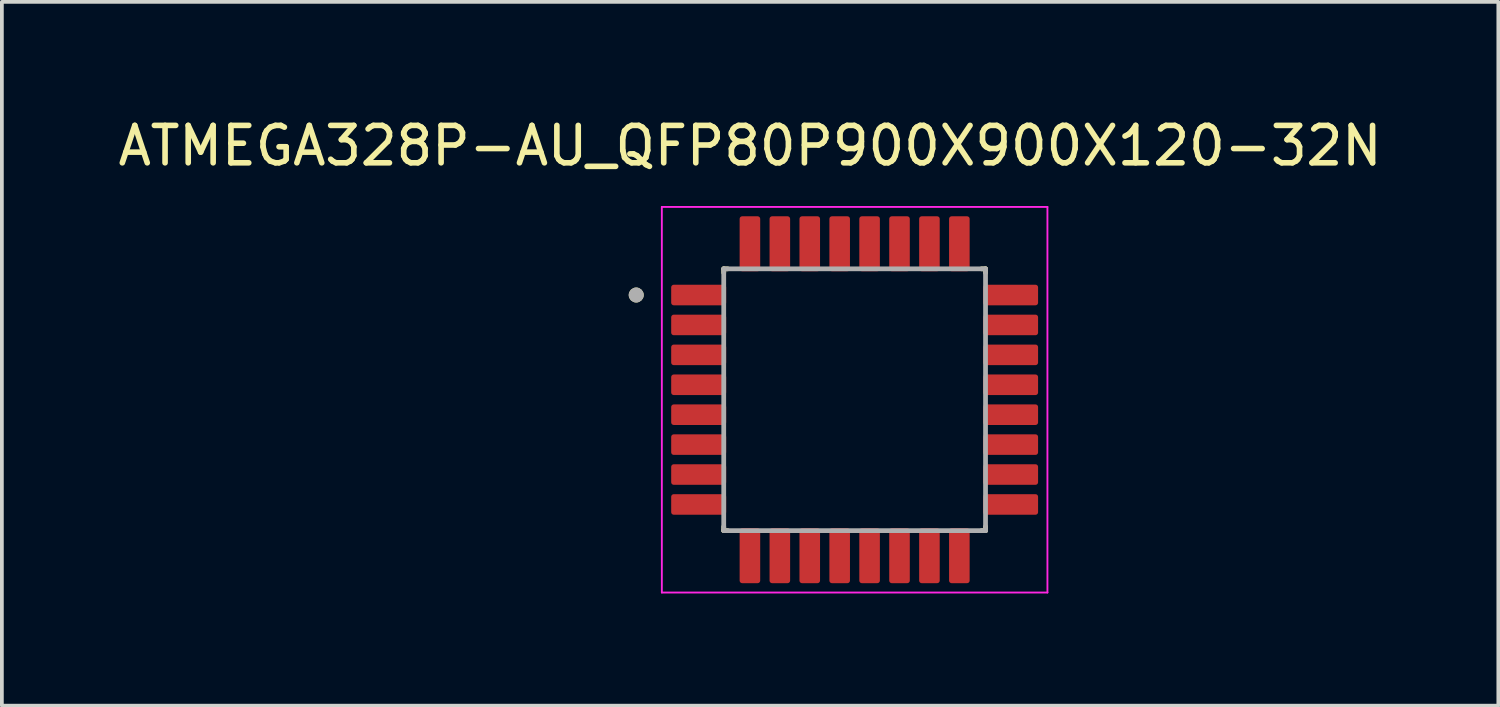
<source format=kicad_pcb>
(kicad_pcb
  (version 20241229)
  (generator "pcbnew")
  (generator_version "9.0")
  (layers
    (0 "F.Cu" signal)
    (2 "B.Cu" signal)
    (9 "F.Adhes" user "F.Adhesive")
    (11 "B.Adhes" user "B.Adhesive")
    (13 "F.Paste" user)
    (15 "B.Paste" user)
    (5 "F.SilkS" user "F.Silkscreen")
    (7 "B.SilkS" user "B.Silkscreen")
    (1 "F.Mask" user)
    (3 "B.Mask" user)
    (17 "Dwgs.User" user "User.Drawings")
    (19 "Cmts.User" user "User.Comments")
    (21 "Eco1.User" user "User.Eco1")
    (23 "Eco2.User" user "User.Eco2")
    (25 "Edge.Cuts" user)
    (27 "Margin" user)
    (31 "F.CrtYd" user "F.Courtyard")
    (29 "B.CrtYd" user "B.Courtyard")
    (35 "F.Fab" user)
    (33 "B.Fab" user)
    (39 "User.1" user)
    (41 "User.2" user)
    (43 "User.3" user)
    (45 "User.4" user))
  (footprint "ATMEGA328P-AU_QFP80P900X900X120-32N"
    (layer "F.Cu")
    (at 19.801 7.638)
    (property "Reference" "ATMEGA328P-AU_QFP80P900X900X120-32N" (at -2.795 -6.79 0) (layer "F.SilkS") (effects (font (size 1 1) (thickness 0.15))))
    (attr smd)
    (fp_line (start -3.5 -3.5) (end -3.5 -3.395) (stroke (width 0.127) (type solid)) (layer "F.SilkS"))
    (fp_line (start -3.5 -3.5) (end -3.395 -3.5) (stroke (width 0.127) (type solid)) (layer "F.SilkS"))
    (fp_line (start -3.5 3.5) (end -3.5 3.395) (stroke (width 0.127) (type solid)) (layer "F.SilkS"))
    (fp_line (start -3.5 3.5) (end -3.395 3.5) (stroke (width 0.127) (type solid)) (layer "F.SilkS"))
    (fp_line (start 3.5 -3.5) (end 3.395 -3.5) (stroke (width 0.127) (type solid)) (layer "F.SilkS"))
    (fp_line (start 3.5 -3.5) (end 3.5 -3.395) (stroke (width 0.127) (type solid)) (layer "F.SilkS"))
    (fp_line (start 3.5 3.5) (end 3.395 3.5) (stroke (width 0.127) (type solid)) (layer "F.SilkS"))
    (fp_line (start 3.5 3.5) (end 3.5 3.395) (stroke (width 0.127) (type solid)) (layer "F.SilkS"))
    (fp_circle (center -5.84 -2.8) (end -5.74 -2.8) (stroke (width 0.2) (type solid)) (fill no) (layer "F.SilkS"))
    (fp_line (start -5.155 -5.155) (end 5.155 -5.155) (stroke (width 0.05) (type solid)) (layer "F.CrtYd"))
    (fp_line (start -5.155 5.155) (end -5.155 -5.155) (stroke (width 0.05) (type solid)) (layer "F.CrtYd"))
    (fp_line (start -5.155 5.155) (end 5.155 5.155) (stroke (width 0.05) (type solid)) (layer "F.CrtYd"))
    (fp_line (start 5.155 5.155) (end 5.155 -5.155) (stroke (width 0.05) (type solid)) (layer "F.CrtYd"))
    (fp_line (start -3.5 3.5) (end -3.5 -3.5) (stroke (width 0.127) (type solid)) (layer "F.Fab"))
    (fp_line (start 3.5 -3.5) (end -3.5 -3.5) (stroke (width 0.127) (type solid)) (layer "F.Fab"))
    (fp_line (start 3.5 3.5) (end -3.5 3.5) (stroke (width 0.127) (type solid)) (layer "F.Fab"))
    (fp_line (start 3.5 3.5) (end 3.5 -3.5) (stroke (width 0.127) (type solid)) (layer "F.Fab"))
    (fp_circle (center -5.84 -2.8) (end -5.74 -2.8) (stroke (width 0.2) (type solid)) (fill no) (layer "F.Fab"))
    (pad "1" smd roundrect (at -4.17 -2.8) (size 1.47 0.55) (layers "F.Cu" "F.Mask" "F.Paste") (roundrect_rratio 0.125))
    (pad "2" smd roundrect (at -4.17 -2) (size 1.47 0.55) (layers "F.Cu" "F.Mask" "F.Paste") (roundrect_rratio 0.125))
    (pad "3" smd roundrect (at -4.17 -1.2) (size 1.47 0.55) (layers "F.Cu" "F.Mask" "F.Paste") (roundrect_rratio 0.125))
    (pad "4" smd roundrect (at -4.17 -0.4) (size 1.47 0.55) (layers "F.Cu" "F.Mask" "F.Paste") (roundrect_rratio 0.125))
    (pad "5" smd roundrect (at -4.17 0.4) (size 1.47 0.55) (layers "F.Cu" "F.Mask" "F.Paste") (roundrect_rratio 0.125))
    (pad "6" smd roundrect (at -4.17 1.2) (size 1.47 0.55) (layers "F.Cu" "F.Mask" "F.Paste") (roundrect_rratio 0.125))
    (pad "7" smd roundrect (at -4.17 2) (size 1.47 0.55) (layers "F.Cu" "F.Mask" "F.Paste") (roundrect_rratio 0.125))
    (pad "8" smd roundrect (at -4.17 2.8) (size 1.47 0.55) (layers "F.Cu" "F.Mask" "F.Paste") (roundrect_rratio 0.125))
    (pad "9" smd roundrect (at -2.8 4.17) (size 0.55 1.47) (layers "F.Cu" "F.Mask" "F.Paste") (roundrect_rratio 0.125))
    (pad "10" smd roundrect (at -2 4.17) (size 0.55 1.47) (layers "F.Cu" "F.Mask" "F.Paste") (roundrect_rratio 0.125))
    (pad "11" smd roundrect (at -1.2 4.17) (size 0.55 1.47) (layers "F.Cu" "F.Mask" "F.Paste") (roundrect_rratio 0.125))
    (pad "12" smd roundrect (at -0.4 4.17) (size 0.55 1.47) (layers "F.Cu" "F.Mask" "F.Paste") (roundrect_rratio 0.125))
    (pad "13" smd roundrect (at 0.4 4.17) (size 0.55 1.47) (layers "F.Cu" "F.Mask" "F.Paste") (roundrect_rratio 0.125))
    (pad "14" smd roundrect (at 1.2 4.17) (size 0.55 1.47) (layers "F.Cu" "F.Mask" "F.Paste") (roundrect_rratio 0.125))
    (pad "15" smd roundrect (at 2 4.17) (size 0.55 1.47) (layers "F.Cu" "F.Mask" "F.Paste") (roundrect_rratio 0.125))
    (pad "16" smd roundrect (at 2.8 4.17) (size 0.55 1.47) (layers "F.Cu" "F.Mask" "F.Paste") (roundrect_rratio 0.125))
    (pad "17" smd roundrect (at 4.17 2.8) (size 1.47 0.55) (layers "F.Cu" "F.Mask" "F.Paste") (roundrect_rratio 0.125))
    (pad "18" smd roundrect (at 4.17 2) (size 1.47 0.55) (layers "F.Cu" "F.Mask" "F.Paste") (roundrect_rratio 0.125))
    (pad "19" smd roundrect (at 4.17 1.2) (size 1.47 0.55) (layers "F.Cu" "F.Mask" "F.Paste") (roundrect_rratio 0.125))
    (pad "20" smd roundrect (at 4.17 0.4) (size 1.47 0.55) (layers "F.Cu" "F.Mask" "F.Paste") (roundrect_rratio 0.125))
    (pad "21" smd roundrect (at 4.17 -0.4) (size 1.47 0.55) (layers "F.Cu" "F.Mask" "F.Paste") (roundrect_rratio 0.125))
    (pad "22" smd roundrect (at 4.17 -1.2) (size 1.47 0.55) (layers "F.Cu" "F.Mask" "F.Paste") (roundrect_rratio 0.125))
    (pad "23" smd roundrect (at 4.17 -2) (size 1.47 0.55) (layers "F.Cu" "F.Mask" "F.Paste") (roundrect_rratio 0.125))
    (pad "24" smd roundrect (at 4.17 -2.8) (size 1.47 0.55) (layers "F.Cu" "F.Mask" "F.Paste") (roundrect_rratio 0.125))
    (pad "25" smd roundrect (at 2.8 -4.17) (size 0.55 1.47) (layers "F.Cu" "F.Mask" "F.Paste") (roundrect_rratio 0.125))
    (pad "26" smd roundrect (at 2 -4.17) (size 0.55 1.47) (layers "F.Cu" "F.Mask" "F.Paste") (roundrect_rratio 0.125))
    (pad "27" smd roundrect (at 1.2 -4.17) (size 0.55 1.47) (layers "F.Cu" "F.Mask" "F.Paste") (roundrect_rratio 0.125))
    (pad "28" smd roundrect (at 0.4 -4.17) (size 0.55 1.47) (layers "F.Cu" "F.Mask" "F.Paste") (roundrect_rratio 0.125))
    (pad "29" smd roundrect (at -0.4 -4.17) (size 0.55 1.47) (layers "F.Cu" "F.Mask" "F.Paste") (roundrect_rratio 0.125))
    (pad "30" smd roundrect (at -1.2 -4.17) (size 0.55 1.47) (layers "F.Cu" "F.Mask" "F.Paste") (roundrect_rratio 0.125))
    (pad "31" smd roundrect (at -2 -4.17) (size 0.55 1.47) (layers "F.Cu" "F.Mask" "F.Paste") (roundrect_rratio 0.125))
    (pad "32" smd roundrect (at -2.8 -4.17) (size 0.55 1.47) (layers "F.Cu" "F.Mask" "F.Paste") (roundrect_rratio 0.125)))
  (gr_rect
    (start -3 -3)
    (end 37.012 15.818)
    (stroke (width 0.1) (type default))
    (fill no)
    (layer "Edge.Cuts")))
</source>
